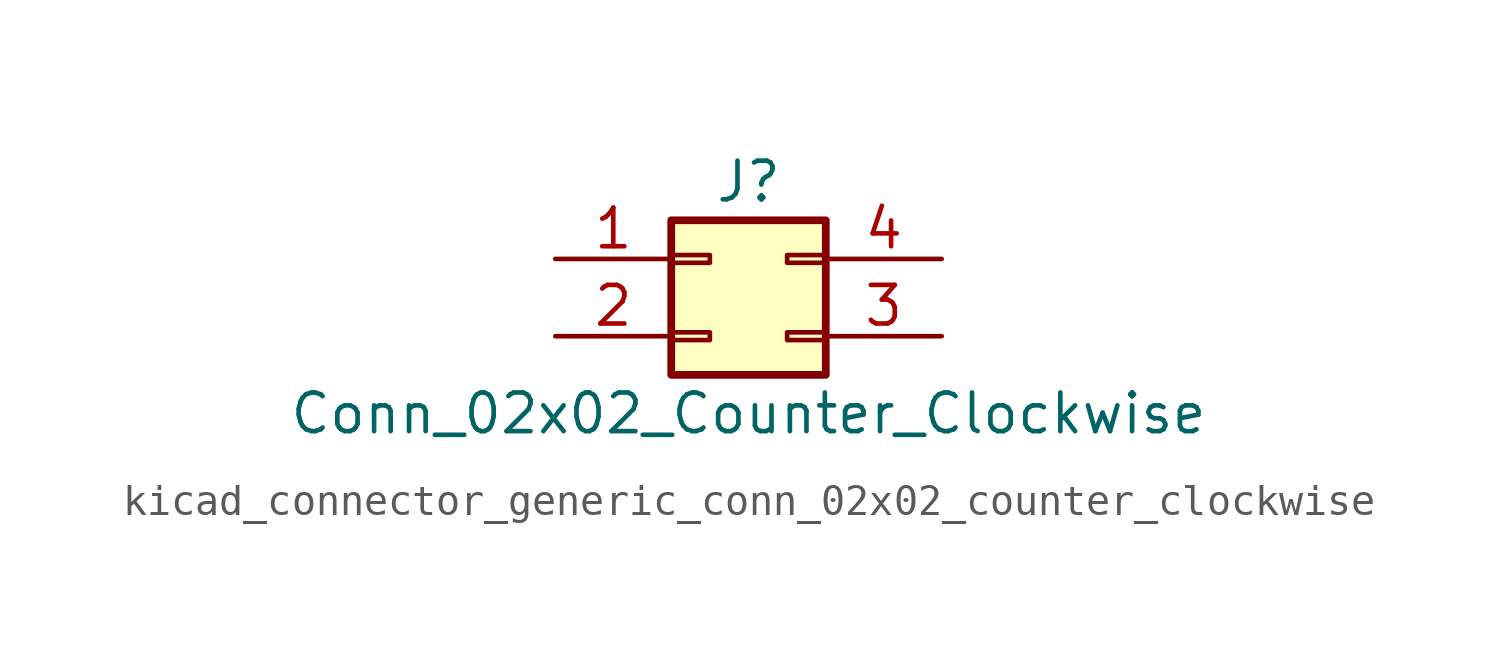
<source format=kicad_sym>
(kicad_symbol_lib
  (version 20220914)
  (generator kicad_symbol_editor)
  (symbol "kicad_connector_generic_conn_02x02_counter_clockwise"
    (pin_names
      (offset 1.016) hide)
    (property "Reference" "J"
      (at 1.27 2.54 0)
      (effects (font (size 1.27 1.27))))
    (property "Value" "Conn_02x02_Counter_Clockwise"
      (at 1.27 -5.08 0)
      (effects (font (size 1.27 1.27))))
    (symbol "kicad_connector_generic_conn_02x02_counter_clockwise_1_1"
      (rectangle (start -1.27 -2.413) (end 0 -2.667) (stroke (width 0.152) (type default)) (fill (type none)))
      (rectangle (start -1.27 0.127) (end 0 -0.127) (stroke (width 0.152) (type default)) (fill (type none)))
      (rectangle (start -1.27 1.27) (end 3.81 -3.81) (stroke (width 0.254) (type default)) (fill (type background)))
      (rectangle (start 3.81 -2.413) (end 2.54 -2.667) (stroke (width 0.152) (type default)) (fill (type none)))
      (rectangle (start 3.81 0.127) (end 2.54 -0.127) (stroke (width 0.152) (type default)) (fill (type none)))
      (pin passive line (at -5.08 0 0) (length 3.81) (name "Pin_1" (effects (font (size 1.27 1.27)))) (number "1" (effects (font (size 1.27 1.27)))))
      (pin passive line (at -5.08 -2.54 0) (length 3.81) (name "Pin_2" (effects (font (size 1.27 1.27)))) (number "2" (effects (font (size 1.27 1.27)))))
      (pin passive line (at 7.62 -2.54 180) (length 3.81) (name "Pin_3" (effects (font (size 1.27 1.27)))) (number "3" (effects (font (size 1.27 1.27)))))
      (pin passive line (at 7.62 0 180) (length 3.81) (name "Pin_4" (effects (font (size 1.27 1.27)))) (number "4" (effects (font (size 1.27 1.27))))))))
</source>
